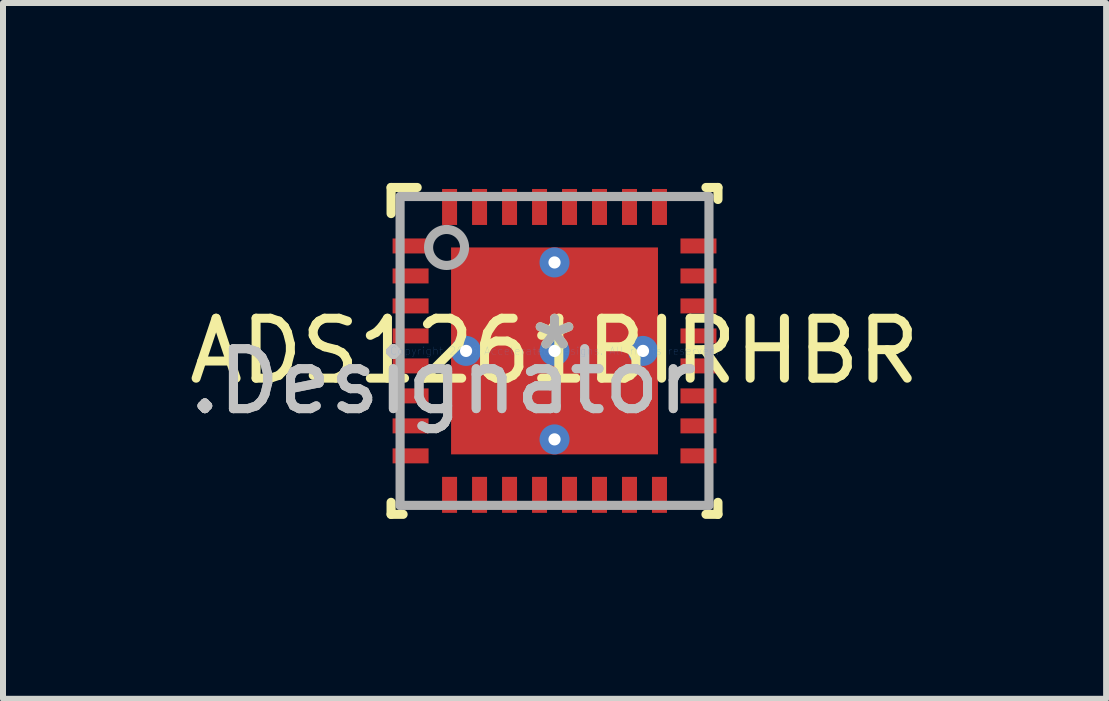
<source format=kicad_pcb>
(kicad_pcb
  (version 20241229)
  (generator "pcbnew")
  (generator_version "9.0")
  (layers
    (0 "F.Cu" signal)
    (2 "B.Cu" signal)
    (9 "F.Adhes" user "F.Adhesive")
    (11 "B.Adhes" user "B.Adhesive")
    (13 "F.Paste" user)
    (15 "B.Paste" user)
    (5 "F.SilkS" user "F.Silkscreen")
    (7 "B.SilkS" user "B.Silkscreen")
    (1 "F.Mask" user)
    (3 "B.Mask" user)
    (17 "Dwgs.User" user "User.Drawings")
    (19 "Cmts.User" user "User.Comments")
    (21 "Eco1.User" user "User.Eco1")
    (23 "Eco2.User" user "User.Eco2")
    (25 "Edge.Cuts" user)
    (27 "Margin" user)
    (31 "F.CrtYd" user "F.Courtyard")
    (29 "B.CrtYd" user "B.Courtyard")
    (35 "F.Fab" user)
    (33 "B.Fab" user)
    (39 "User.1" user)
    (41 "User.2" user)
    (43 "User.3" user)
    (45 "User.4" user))
  (footprint "ADS1261BIRHBR"
    (layer "F.Cu")
    (at 6.196 2.801)
    (property "Reference" "ADS1261BIRHBR" (at 0 0 0) (layer "F.SilkS") (effects (font (size 1 1) (thickness 0.15))))
    (attr through_hole)
    (fp_line (start -2.725 -2.725) (end -2.29 -2.725) (stroke (width 0.152) (type solid)) (layer "F.SilkS"))
    (fp_line (start -2.725 -2.29) (end -2.725 -2.725) (stroke (width 0.152) (type solid)) (layer "F.SilkS"))
    (fp_line (start -2.725 2.725) (end -2.725 2.525) (stroke (width 0.152) (type solid)) (layer "F.SilkS"))
    (fp_line (start -2.725 2.725) (end -2.525 2.725) (stroke (width 0.152) (type solid)) (layer "F.SilkS"))
    (fp_line (start 2.525 -2.725) (end 2.725 -2.725) (stroke (width 0.152) (type solid)) (layer "F.SilkS"))
    (fp_line (start 2.525 2.725) (end 2.725 2.725) (stroke (width 0.152) (type solid)) (layer "F.SilkS"))
    (fp_line (start 2.725 -2.525) (end 2.725 -2.725) (stroke (width 0.152) (type solid)) (layer "F.SilkS"))
    (fp_line (start 2.725 2.725) (end 2.725 2.525) (stroke (width 0.152) (type solid)) (layer "F.SilkS"))
    (fp_line (start -1.59 -1.538) (end -1.589 -1.548) (stroke (width 0.152) (type solid)) (layer "F.Paste"))
    (fp_line (start -1.59 -0.152) (end -1.59 -1.538) (stroke (width 0.152) (type solid)) (layer "F.Paste"))
    (fp_line (start -1.59 0.152) (end -1.589 0.142) (stroke (width 0.152) (type solid)) (layer "F.Paste"))
    (fp_line (start -1.59 1.538) (end -1.59 0.152) (stroke (width 0.152) (type solid)) (layer "F.Paste"))
    (fp_line (start -1.589 -1.548) (end -1.586 -1.558) (stroke (width 0.152) (type solid)) (layer "F.Paste"))
    (fp_line (start -1.589 -0.142) (end -1.59 -0.152) (stroke (width 0.152) (type solid)) (layer "F.Paste"))
    (fp_line (start -1.589 0.142) (end -1.586 0.132) (stroke (width 0.152) (type solid)) (layer "F.Paste"))
    (fp_line (start -1.589 1.548) (end -1.59 1.538) (stroke (width 0.152) (type solid)) (layer "F.Paste"))
    (fp_line (start -1.586 -1.558) (end -1.581 -1.567) (stroke (width 0.152) (type solid)) (layer "F.Paste"))
    (fp_line (start -1.586 -0.132) (end -1.589 -0.142) (stroke (width 0.152) (type solid)) (layer "F.Paste"))
    (fp_line (start -1.586 0.132) (end -1.581 0.123) (stroke (width 0.152) (type solid)) (layer "F.Paste"))
    (fp_line (start -1.586 1.558) (end -1.589 1.548) (stroke (width 0.152) (type solid)) (layer "F.Paste"))
    (fp_line (start -1.581 -1.567) (end -1.575 -1.575) (stroke (width 0.152) (type solid)) (layer "F.Paste"))
    (fp_line (start -1.581 -0.123) (end -1.586 -0.132) (stroke (width 0.152) (type solid)) (layer "F.Paste"))
    (fp_line (start -1.581 0.123) (end -1.575 0.115) (stroke (width 0.152) (type solid)) (layer "F.Paste"))
    (fp_line (start -1.581 1.567) (end -1.586 1.558) (stroke (width 0.152) (type solid)) (layer "F.Paste"))
    (fp_line (start -1.575 -1.575) (end -1.567 -1.581) (stroke (width 0.152) (type solid)) (layer "F.Paste"))
    (fp_line (start -1.575 -0.115) (end -1.581 -0.123) (stroke (width 0.152) (type solid)) (layer "F.Paste"))
    (fp_line (start -1.575 0.115) (end -1.567 0.109) (stroke (width 0.152) (type solid)) (layer "F.Paste"))
    (fp_line (start -1.575 1.575) (end -1.581 1.567) (stroke (width 0.152) (type solid)) (layer "F.Paste"))
    (fp_line (start -1.567 -1.581) (end -1.558 -1.586) (stroke (width 0.152) (type solid)) (layer "F.Paste"))
    (fp_line (start -1.567 -0.109) (end -1.575 -0.115) (stroke (width 0.152) (type solid)) (layer "F.Paste"))
    (fp_line (start -1.567 0.109) (end -1.558 0.104) (stroke (width 0.152) (type solid)) (layer "F.Paste"))
    (fp_line (start -1.567 1.581) (end -1.575 1.575) (stroke (width 0.152) (type solid)) (layer "F.Paste"))
    (fp_line (start -1.558 -1.586) (end -1.548 -1.589) (stroke (width 0.152) (type solid)) (layer "F.Paste"))
    (fp_line (start -1.558 -0.104) (end -1.567 -0.109) (stroke (width 0.152) (type solid)) (layer "F.Paste"))
    (fp_line (start -1.558 0.104) (end -1.548 0.101) (stroke (width 0.152) (type solid)) (layer "F.Paste"))
    (fp_line (start -1.558 1.586) (end -1.567 1.581) (stroke (width 0.152) (type solid)) (layer "F.Paste"))
    (fp_line (start -1.548 -1.589) (end -1.538 -1.59) (stroke (width 0.152) (type solid)) (layer "F.Paste"))
    (fp_line (start -1.548 -0.101) (end -1.558 -0.104) (stroke (width 0.152) (type solid)) (layer "F.Paste"))
    (fp_line (start -1.548 0.101) (end -1.538 0.1) (stroke (width 0.152) (type solid)) (layer "F.Paste"))
    (fp_line (start -1.548 1.589) (end -1.558 1.586) (stroke (width 0.152) (type solid)) (layer "F.Paste"))
    (fp_line (start -1.538 -1.59) (end -0.152 -1.59) (stroke (width 0.152) (type solid)) (layer "F.Paste"))
    (fp_line (start -1.538 -0.1) (end -1.548 -0.101) (stroke (width 0.152) (type solid)) (layer "F.Paste"))
    (fp_line (start -1.538 0.1) (end -0.152 0.1) (stroke (width 0.152) (type solid)) (layer "F.Paste"))
    (fp_line (start -1.538 1.59) (end -1.548 1.589) (stroke (width 0.152) (type solid)) (layer "F.Paste"))
    (fp_line (start -0.152 -1.59) (end -0.142 -1.589) (stroke (width 0.152) (type solid)) (layer "F.Paste"))
    (fp_line (start -0.152 -0.1) (end -1.538 -0.1) (stroke (width 0.152) (type solid)) (layer "F.Paste"))
    (fp_line (start -0.152 0.1) (end -0.142 0.101) (stroke (width 0.152) (type solid)) (layer "F.Paste"))
    (fp_line (start -0.152 1.59) (end -1.538 1.59) (stroke (width 0.152) (type solid)) (layer "F.Paste"))
    (fp_line (start -0.142 -1.589) (end -0.132 -1.586) (stroke (width 0.152) (type solid)) (layer "F.Paste"))
    (fp_line (start -0.142 -0.101) (end -0.152 -0.1) (stroke (width 0.152) (type solid)) (layer "F.Paste"))
    (fp_line (start -0.142 0.101) (end -0.132 0.104) (stroke (width 0.152) (type solid)) (layer "F.Paste"))
    (fp_line (start -0.142 1.589) (end -0.152 1.59) (stroke (width 0.152) (type solid)) (layer "F.Paste"))
    (fp_line (start -0.132 -1.586) (end -0.123 -1.581) (stroke (width 0.152) (type solid)) (layer "F.Paste"))
    (fp_line (start -0.132 -0.104) (end -0.142 -0.101) (stroke (width 0.152) (type solid)) (layer "F.Paste"))
    (fp_line (start -0.132 0.104) (end -0.123 0.109) (stroke (width 0.152) (type solid)) (layer "F.Paste"))
    (fp_line (start -0.132 1.586) (end -0.142 1.589) (stroke (width 0.152) (type solid)) (layer "F.Paste"))
    (fp_line (start -0.123 -1.581) (end -0.115 -1.575) (stroke (width 0.152) (type solid)) (layer "F.Paste"))
    (fp_line (start -0.123 -0.109) (end -0.132 -0.104) (stroke (width 0.152) (type solid)) (layer "F.Paste"))
    (fp_line (start -0.123 0.109) (end -0.115 0.115) (stroke (width 0.152) (type solid)) (layer "F.Paste"))
    (fp_line (start -0.123 1.581) (end -0.132 1.586) (stroke (width 0.152) (type solid)) (layer "F.Paste"))
    (fp_line (start -0.115 -1.575) (end -0.109 -1.567) (stroke (width 0.152) (type solid)) (layer "F.Paste"))
    (fp_line (start -0.115 -0.115) (end -0.123 -0.109) (stroke (width 0.152) (type solid)) (layer "F.Paste"))
    (fp_line (start -0.115 0.115) (end -0.109 0.123) (stroke (width 0.152) (type solid)) (layer "F.Paste"))
    (fp_line (start -0.115 1.575) (end -0.123 1.581) (stroke (width 0.152) (type solid)) (layer "F.Paste"))
    (fp_line (start -0.109 -1.567) (end -0.104 -1.558) (stroke (width 0.152) (type solid)) (layer "F.Paste"))
    (fp_line (start -0.109 -0.123) (end -0.115 -0.115) (stroke (width 0.152) (type solid)) (layer "F.Paste"))
    (fp_line (start -0.109 0.123) (end -0.104 0.132) (stroke (width 0.152) (type solid)) (layer "F.Paste"))
    (fp_line (start -0.109 1.567) (end -0.115 1.575) (stroke (width 0.152) (type solid)) (layer "F.Paste"))
    (fp_line (start -0.104 -1.558) (end -0.101 -1.548) (stroke (width 0.152) (type solid)) (layer "F.Paste"))
    (fp_line (start -0.104 -0.132) (end -0.109 -0.123) (stroke (width 0.152) (type solid)) (layer "F.Paste"))
    (fp_line (start -0.104 0.132) (end -0.101 0.142) (stroke (width 0.152) (type solid)) (layer "F.Paste"))
    (fp_line (start -0.104 1.558) (end -0.109 1.567) (stroke (width 0.152) (type solid)) (layer "F.Paste"))
    (fp_line (start -0.101 -1.548) (end -0.1 -1.538) (stroke (width 0.152) (type solid)) (layer "F.Paste"))
    (fp_line (start -0.101 -0.142) (end -0.104 -0.132) (stroke (width 0.152) (type solid)) (layer "F.Paste"))
    (fp_line (start -0.101 0.142) (end -0.1 0.152) (stroke (width 0.152) (type solid)) (layer "F.Paste"))
    (fp_line (start -0.101 1.548) (end -0.104 1.558) (stroke (width 0.152) (type solid)) (layer "F.Paste"))
    (fp_line (start -0.1 -1.538) (end -0.1 -0.152) (stroke (width 0.152) (type solid)) (layer "F.Paste"))
    (fp_line (start -0.1 -0.152) (end -0.101 -0.142) (stroke (width 0.152) (type solid)) (layer "F.Paste"))
    (fp_line (start -0.1 0.152) (end -0.1 1.538) (stroke (width 0.152) (type solid)) (layer "F.Paste"))
    (fp_line (start -0.1 1.538) (end -0.101 1.548) (stroke (width 0.152) (type solid)) (layer "F.Paste"))
    (fp_line (start 0.1 -1.538) (end 0.101 -1.548) (stroke (width 0.152) (type solid)) (layer "F.Paste"))
    (fp_line (start 0.1 -0.152) (end 0.1 -1.538) (stroke (width 0.152) (type solid)) (layer "F.Paste"))
    (fp_line (start 0.1 0.152) (end 0.101 0.142) (stroke (width 0.152) (type solid)) (layer "F.Paste"))
    (fp_line (start 0.1 1.538) (end 0.1 0.152) (stroke (width 0.152) (type solid)) (layer "F.Paste"))
    (fp_line (start 0.101 -1.548) (end 0.104 -1.558) (stroke (width 0.152) (type solid)) (layer "F.Paste"))
    (fp_line (start 0.101 -0.142) (end 0.1 -0.152) (stroke (width 0.152) (type solid)) (layer "F.Paste"))
    (fp_line (start 0.101 0.142) (end 0.104 0.132) (stroke (width 0.152) (type solid)) (layer "F.Paste"))
    (fp_line (start 0.101 1.548) (end 0.1 1.538) (stroke (width 0.152) (type solid)) (layer "F.Paste"))
    (fp_line (start 0.104 -1.558) (end 0.109 -1.567) (stroke (width 0.152) (type solid)) (layer "F.Paste"))
    (fp_line (start 0.104 -0.132) (end 0.101 -0.142) (stroke (width 0.152) (type solid)) (layer "F.Paste"))
    (fp_line (start 0.104 0.132) (end 0.109 0.123) (stroke (width 0.152) (type solid)) (layer "F.Paste"))
    (fp_line (start 0.104 1.558) (end 0.101 1.548) (stroke (width 0.152) (type solid)) (layer "F.Paste"))
    (fp_line (start 0.109 -1.567) (end 0.115 -1.575) (stroke (width 0.152) (type solid)) (layer "F.Paste"))
    (fp_line (start 0.109 -0.123) (end 0.104 -0.132) (stroke (width 0.152) (type solid)) (layer "F.Paste"))
    (fp_line (start 0.109 0.123) (end 0.115 0.115) (stroke (width 0.152) (type solid)) (layer "F.Paste"))
    (fp_line (start 0.109 1.567) (end 0.104 1.558) (stroke (width 0.152) (type solid)) (layer "F.Paste"))
    (fp_line (start 0.115 -1.575) (end 0.123 -1.581) (stroke (width 0.152) (type solid)) (layer "F.Paste"))
    (fp_line (start 0.115 -0.115) (end 0.109 -0.123) (stroke (width 0.152) (type solid)) (layer "F.Paste"))
    (fp_line (start 0.115 0.115) (end 0.123 0.109) (stroke (width 0.152) (type solid)) (layer "F.Paste"))
    (fp_line (start 0.115 1.575) (end 0.109 1.567) (stroke (width 0.152) (type solid)) (layer "F.Paste"))
    (fp_line (start 0.123 -1.581) (end 0.132 -1.586) (stroke (width 0.152) (type solid)) (layer "F.Paste"))
    (fp_line (start 0.123 -0.109) (end 0.115 -0.115) (stroke (width 0.152) (type solid)) (layer "F.Paste"))
    (fp_line (start 0.123 0.109) (end 0.132 0.104) (stroke (width 0.152) (type solid)) (layer "F.Paste"))
    (fp_line (start 0.123 1.581) (end 0.115 1.575) (stroke (width 0.152) (type solid)) (layer "F.Paste"))
    (fp_line (start 0.132 -1.586) (end 0.142 -1.589) (stroke (width 0.152) (type solid)) (layer "F.Paste"))
    (fp_line (start 0.132 -0.104) (end 0.123 -0.109) (stroke (width 0.152) (type solid)) (layer "F.Paste"))
    (fp_line (start 0.132 0.104) (end 0.142 0.101) (stroke (width 0.152) (type solid)) (layer "F.Paste"))
    (fp_line (start 0.132 1.586) (end 0.123 1.581) (stroke (width 0.152) (type solid)) (layer "F.Paste"))
    (fp_line (start 0.142 -1.589) (end 0.152 -1.59) (stroke (width 0.152) (type solid)) (layer "F.Paste"))
    (fp_line (start 0.142 -0.101) (end 0.132 -0.104) (stroke (width 0.152) (type solid)) (layer "F.Paste"))
    (fp_line (start 0.142 0.101) (end 0.152 0.1) (stroke (width 0.152) (type solid)) (layer "F.Paste"))
    (fp_line (start 0.142 1.589) (end 0.132 1.586) (stroke (width 0.152) (type solid)) (layer "F.Paste"))
    (fp_line (start 0.152 -1.59) (end 1.538 -1.59) (stroke (width 0.152) (type solid)) (layer "F.Paste"))
    (fp_line (start 0.152 -0.1) (end 0.142 -0.101) (stroke (width 0.152) (type solid)) (layer "F.Paste"))
    (fp_line (start 0.152 0.1) (end 1.538 0.1) (stroke (width 0.152) (type solid)) (layer "F.Paste"))
    (fp_line (start 0.152 1.59) (end 0.142 1.589) (stroke (width 0.152) (type solid)) (layer "F.Paste"))
    (fp_line (start 1.538 -1.59) (end 1.548 -1.589) (stroke (width 0.152) (type solid)) (layer "F.Paste"))
    (fp_line (start 1.538 -0.1) (end 0.152 -0.1) (stroke (width 0.152) (type solid)) (layer "F.Paste"))
    (fp_line (start 1.538 0.1) (end 1.548 0.101) (stroke (width 0.152) (type solid)) (layer "F.Paste"))
    (fp_line (start 1.538 1.59) (end 0.152 1.59) (stroke (width 0.152) (type solid)) (layer "F.Paste"))
    (fp_line (start 1.548 -1.589) (end 1.558 -1.586) (stroke (width 0.152) (type solid)) (layer "F.Paste"))
    (fp_line (start 1.548 -0.101) (end 1.538 -0.1) (stroke (width 0.152) (type solid)) (layer "F.Paste"))
    (fp_line (start 1.548 0.101) (end 1.558 0.104) (stroke (width 0.152) (type solid)) (layer "F.Paste"))
    (fp_line (start 1.548 1.589) (end 1.538 1.59) (stroke (width 0.152) (type solid)) (layer "F.Paste"))
    (fp_line (start 1.558 -1.586) (end 1.567 -1.581) (stroke (width 0.152) (type solid)) (layer "F.Paste"))
    (fp_line (start 1.558 -0.104) (end 1.548 -0.101) (stroke (width 0.152) (type solid)) (layer "F.Paste"))
    (fp_line (start 1.558 0.104) (end 1.567 0.109) (stroke (width 0.152) (type solid)) (layer "F.Paste"))
    (fp_line (start 1.558 1.586) (end 1.548 1.589) (stroke (width 0.152) (type solid)) (layer "F.Paste"))
    (fp_line (start 1.567 -1.581) (end 1.575 -1.575) (stroke (width 0.152) (type solid)) (layer "F.Paste"))
    (fp_line (start 1.567 -0.109) (end 1.558 -0.104) (stroke (width 0.152) (type solid)) (layer "F.Paste"))
    (fp_line (start 1.567 0.109) (end 1.575 0.115) (stroke (width 0.152) (type solid)) (layer "F.Paste"))
    (fp_line (start 1.567 1.581) (end 1.558 1.586) (stroke (width 0.152) (type solid)) (layer "F.Paste"))
    (fp_line (start 1.575 -1.575) (end 1.581 -1.567) (stroke (width 0.152) (type solid)) (layer "F.Paste"))
    (fp_line (start 1.575 -0.115) (end 1.567 -0.109) (stroke (width 0.152) (type solid)) (layer "F.Paste"))
    (fp_line (start 1.575 0.115) (end 1.581 0.123) (stroke (width 0.152) (type solid)) (layer "F.Paste"))
    (fp_line (start 1.575 1.575) (end 1.567 1.581) (stroke (width 0.152) (type solid)) (layer "F.Paste"))
    (fp_line (start 1.581 -1.567) (end 1.586 -1.558) (stroke (width 0.152) (type solid)) (layer "F.Paste"))
    (fp_line (start 1.581 -0.123) (end 1.575 -0.115) (stroke (width 0.152) (type solid)) (layer "F.Paste"))
    (fp_line (start 1.581 0.123) (end 1.586 0.132) (stroke (width 0.152) (type solid)) (layer "F.Paste"))
    (fp_line (start 1.581 1.567) (end 1.575 1.575) (stroke (width 0.152) (type solid)) (layer "F.Paste"))
    (fp_line (start 1.586 -1.558) (end 1.589 -1.548) (stroke (width 0.152) (type solid)) (layer "F.Paste"))
    (fp_line (start 1.586 -0.132) (end 1.581 -0.123) (stroke (width 0.152) (type solid)) (layer "F.Paste"))
    (fp_line (start 1.586 0.132) (end 1.589 0.142) (stroke (width 0.152) (type solid)) (layer "F.Paste"))
    (fp_line (start 1.586 1.558) (end 1.581 1.567) (stroke (width 0.152) (type solid)) (layer "F.Paste"))
    (fp_line (start 1.589 -1.548) (end 1.59 -1.538) (stroke (width 0.152) (type solid)) (layer "F.Paste"))
    (fp_line (start 1.589 -0.142) (end 1.586 -0.132) (stroke (width 0.152) (type solid)) (layer "F.Paste"))
    (fp_line (start 1.589 0.142) (end 1.59 0.152) (stroke (width 0.152) (type solid)) (layer "F.Paste"))
    (fp_line (start 1.589 1.548) (end 1.586 1.558) (stroke (width 0.152) (type solid)) (layer "F.Paste"))
    (fp_line (start 1.59 -1.538) (end 1.59 -0.152) (stroke (width 0.152) (type solid)) (layer "F.Paste"))
    (fp_line (start 1.59 -0.152) (end 1.589 -0.142) (stroke (width 0.152) (type solid)) (layer "F.Paste"))
    (fp_line (start 1.59 0.152) (end 1.59 1.538) (stroke (width 0.152) (type solid)) (layer "F.Paste"))
    (fp_line (start 1.59 1.538) (end 1.589 1.548) (stroke (width 0.152) (type solid)) (layer "F.Paste"))
    (fp_line (start -2.575 -2.575) (end 2.575 -2.575) (stroke (width 0.152) (type solid)) (layer "F.Fab"))
    (fp_line (start -2.575 2.575) (end -2.575 -2.575) (stroke (width 0.152) (type solid)) (layer "F.Fab"))
    (fp_line (start -2.575 2.575) (end 2.575 2.575) (stroke (width 0.152) (type solid)) (layer "F.Fab"))
    (fp_line (start 2.575 2.575) (end 2.575 -2.575) (stroke (width 0.152) (type solid)) (layer "F.Fab"))
    (fp_circle (center -1.8 -1.725) (end -1.5 -1.725) (stroke (width 0.152) (type solid)) (fill no) (layer "F.Fab"))
    (fp_text user "*" (at 0 0 0) (layer "F.SilkS") (effects (font (size 1 1) (thickness 0.15))))
    (fp_text user ".Designator" (at -1.854 0.508 0) (layer "Dwgs.User") (effects (font (size 1 1) (thickness 0.15))))
    (fp_text user "Copyright 2016 Accelerated Designs. All rights reserved." (at 0 0 0) (layer "Cmts.User") (effects (font (size 0.127 0.127) (thickness 0.002))))
    (fp_text user "*" (at 0 0 0) (layer "F.Fab") (effects (font (size 1 1) (thickness 0.15))))
    (fp_text user ".Designator" (at -1.854 0.508 0) (layer "F.Fab") (effects (font (size 1 1) (thickness 0.15))))
    (pad "1" smd rect (at -2.4 -1.75 90) (size 0.25 0.6) (layers "F.Cu" "F.Mask" "F.Paste"))
    (pad "2" smd rect (at -2.4 -1.25 90) (size 0.25 0.6) (layers "F.Cu" "F.Mask" "F.Paste"))
    (pad "3" smd rect (at -2.4 -0.75 90) (size 0.25 0.6) (layers "F.Cu" "F.Mask" "F.Paste"))
    (pad "4" smd rect (at -2.4 -0.25 90) (size 0.25 0.6) (layers "F.Cu" "F.Mask" "F.Paste"))
    (pad "5" smd rect (at -2.4 0.25 90) (size 0.25 0.6) (layers "F.Cu" "F.Mask" "F.Paste"))
    (pad "6" smd rect (at -2.4 0.75 90) (size 0.25 0.6) (layers "F.Cu" "F.Mask" "F.Paste"))
    (pad "7" smd rect (at -2.4 1.25 90) (size 0.25 0.6) (layers "F.Cu" "F.Mask" "F.Paste"))
    (pad "8" smd rect (at -2.4 1.75 90) (size 0.25 0.6) (layers "F.Cu" "F.Mask" "F.Paste"))
    (pad "9" smd rect (at -1.75 2.4) (size 0.25 0.6) (layers "F.Cu" "F.Mask" "F.Paste"))
    (pad "10" smd rect (at -1.25 2.4) (size 0.25 0.6) (layers "F.Cu" "F.Mask" "F.Paste"))
    (pad "11" smd rect (at -0.75 2.4) (size 0.25 0.6) (layers "F.Cu" "F.Mask" "F.Paste"))
    (pad "12" smd rect (at -0.25 2.4) (size 0.25 0.6) (layers "F.Cu" "F.Mask" "F.Paste"))
    (pad "13" smd rect (at 0.25 2.4) (size 0.25 0.6) (layers "F.Cu" "F.Mask" "F.Paste"))
    (pad "14" smd rect (at 0.75 2.4) (size 0.25 0.6) (layers "F.Cu" "F.Mask" "F.Paste"))
    (pad "15" smd rect (at 1.25 2.4) (size 0.25 0.6) (layers "F.Cu" "F.Mask" "F.Paste"))
    (pad "16" smd rect (at 1.75 2.4) (size 0.25 0.6) (layers "F.Cu" "F.Mask" "F.Paste"))
    (pad "17" smd rect (at 2.4 1.75 90) (size 0.25 0.6) (layers "F.Cu" "F.Mask" "F.Paste"))
    (pad "18" smd rect (at 2.4 1.25 90) (size 0.25 0.6) (layers "F.Cu" "F.Mask" "F.Paste"))
    (pad "19" smd rect (at 2.4 0.75 90) (size 0.25 0.6) (layers "F.Cu" "F.Mask" "F.Paste"))
    (pad "20" smd rect (at 2.4 0.25 90) (size 0.25 0.6) (layers "F.Cu" "F.Mask" "F.Paste"))
    (pad "21" smd rect (at 2.4 -0.25 90) (size 0.25 0.6) (layers "F.Cu" "F.Mask" "F.Paste"))
    (pad "22" smd rect (at 2.4 -0.75 90) (size 0.25 0.6) (layers "F.Cu" "F.Mask" "F.Paste"))
    (pad "23" smd rect (at 2.4 -1.25 90) (size 0.25 0.6) (layers "F.Cu" "F.Mask" "F.Paste"))
    (pad "24" smd rect (at 2.4 -1.75 90) (size 0.25 0.6) (layers "F.Cu" "F.Mask" "F.Paste"))
    (pad "25" smd rect (at 1.75 -2.4) (size 0.25 0.6) (layers "F.Cu" "F.Mask" "F.Paste"))
    (pad "26" smd rect (at 1.25 -2.4) (size 0.25 0.6) (layers "F.Cu" "F.Mask" "F.Paste"))
    (pad "27" smd rect (at 0.75 -2.4) (size 0.25 0.6) (layers "F.Cu" "F.Mask" "F.Paste"))
    (pad "28" smd rect (at 0.25 -2.4) (size 0.25 0.6) (layers "F.Cu" "F.Mask" "F.Paste"))
    (pad "29" smd rect (at -0.25 -2.4) (size 0.25 0.6) (layers "F.Cu" "F.Mask" "F.Paste"))
    (pad "30" smd rect (at -0.75 -2.4) (size 0.25 0.6) (layers "F.Cu" "F.Mask" "F.Paste"))
    (pad "31" smd rect (at -1.25 -2.4) (size 0.25 0.6) (layers "F.Cu" "F.Mask" "F.Paste"))
    (pad "32" smd rect (at -1.75 -2.4) (size 0.25 0.6) (layers "F.Cu" "F.Mask" "F.Paste"))
    (pad "33" smd rect (at 0 -0.000003) (size 3.45 3.45) (layers "F.Cu" "F.Mask" "F.Paste"))
    (pad "V" thru_hole circle (at -1.475 -0.000003) (size 0.5 0.5) (drill 0.203) (layers "*.Cu" "*.Mask"))
    (pad "V" thru_hole circle (at 0 -1.475) (size 0.5 0.5) (drill 0.203) (layers "*.Cu" "*.Mask"))
    (pad "V" thru_hole circle (at 0 -0.000003) (size 0.5 0.5) (drill 0.203) (layers "*.Cu" "*.Mask"))
    (pad "V" thru_hole circle (at 0 1.475) (size 0.5 0.5) (drill 0.203) (layers "*.Cu" "*.Mask"))
    (pad "V" thru_hole circle (at 1.475 -0.000003) (size 0.5 0.5) (drill 0.203) (layers "*.Cu" "*.Mask")))
  (gr_rect
    (start -3 -3)
    (end 15.393 8.602)
    (stroke (width 0.1) (type default))
    (fill no)
    (layer "Edge.Cuts")))
</source>
